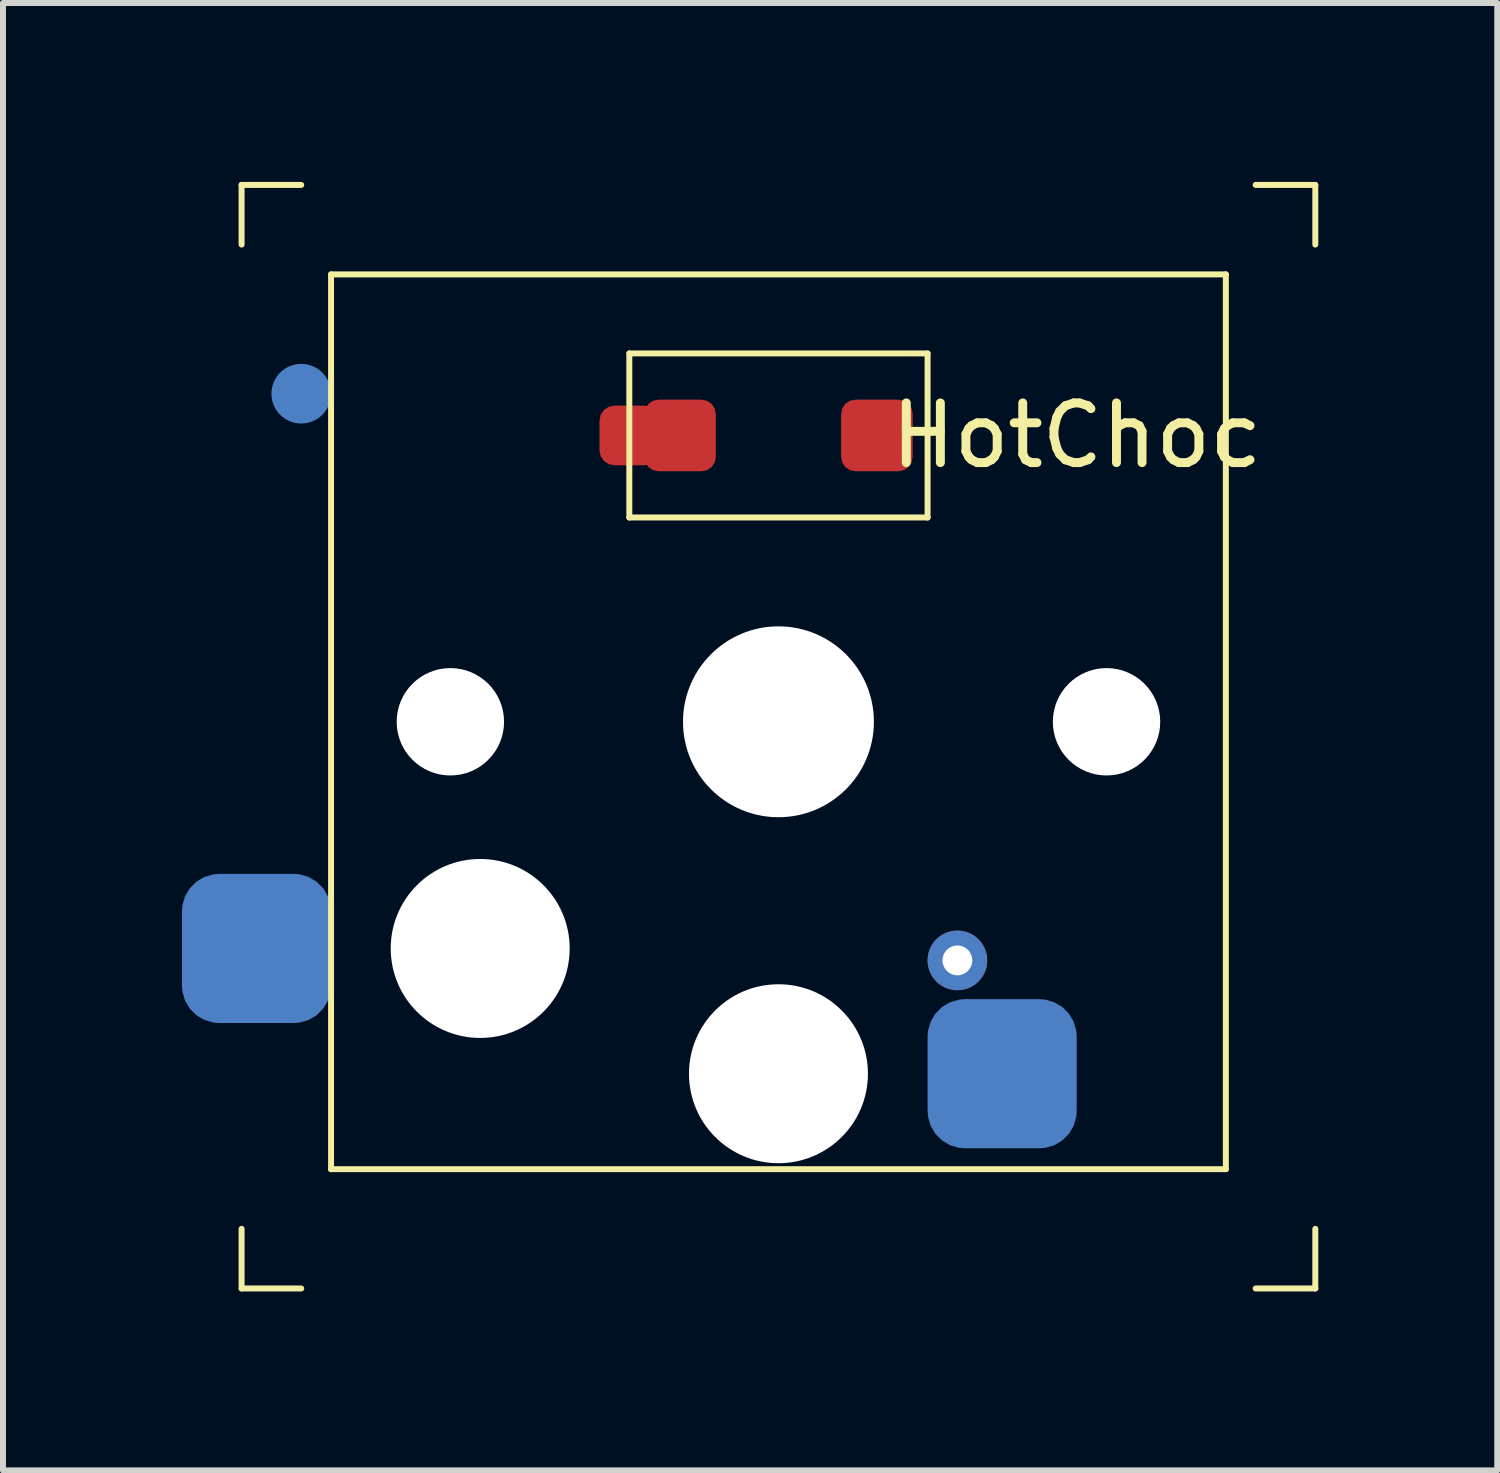
<source format=kicad_pcb>
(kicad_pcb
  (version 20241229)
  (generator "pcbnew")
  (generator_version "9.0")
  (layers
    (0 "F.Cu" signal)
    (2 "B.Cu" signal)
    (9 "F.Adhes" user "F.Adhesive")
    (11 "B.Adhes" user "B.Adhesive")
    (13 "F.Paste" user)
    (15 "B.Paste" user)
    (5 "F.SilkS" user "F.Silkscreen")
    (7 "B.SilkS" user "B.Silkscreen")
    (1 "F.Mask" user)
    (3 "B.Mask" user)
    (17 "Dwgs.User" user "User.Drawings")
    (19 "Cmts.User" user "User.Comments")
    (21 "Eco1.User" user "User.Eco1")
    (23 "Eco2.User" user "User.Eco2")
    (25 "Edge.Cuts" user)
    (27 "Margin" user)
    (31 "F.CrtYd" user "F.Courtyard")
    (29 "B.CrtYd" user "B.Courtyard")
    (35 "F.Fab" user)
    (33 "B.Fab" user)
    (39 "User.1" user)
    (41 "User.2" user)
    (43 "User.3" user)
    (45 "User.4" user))
  (footprint "HotChoc"
    (layer "F.Cu")
    (at 10 9.05)
    (property "Reference" "HotChoc" (at 5 -4.8 0) (layer "F.SilkS") (effects (font (size 1 1) (thickness 0.15))))
    (attr through_hole)
    (fp_line (start -9 8.5) (end -9 9.5) (stroke (width 0.1) (type solid)) (layer "F.SilkS"))
    (fp_line (start -9 9.5) (end -8 9.5) (stroke (width 0.1) (type solid)) (layer "F.SilkS"))
    (fp_line (start -9 -9) (end -9 -8) (stroke (width 0.1) (type solid)) (layer "F.SilkS"))
    (fp_line (start -8 -9) (end -9 -9) (stroke (width 0.1) (type solid)) (layer "F.SilkS"))
    (fp_line (start -7.5 -7.5) (end -7.5 7.5) (stroke (width 0.1) (type solid)) (layer "F.SilkS"))
    (fp_line (start -7.5 7.5) (end 7.5 7.5) (stroke (width 0.1) (type solid)) (layer "F.SilkS"))
    (fp_line (start -2.5 -6.175) (end -2.5 -3.425) (stroke (width 0.1) (type solid)) (layer "F.SilkS"))
    (fp_line (start -2.5 -6.175) (end 2.5 -6.175) (stroke (width 0.1) (type solid)) (layer "F.SilkS"))
    (fp_line (start -2.5 -3.425) (end 2.5 -3.425) (stroke (width 0.1) (type solid)) (layer "F.SilkS"))
    (fp_line (start 2.5 -6.175) (end 2.5 -3.425) (stroke (width 0.1) (type solid)) (layer "F.SilkS"))
    (fp_line (start 7.5 -7.5) (end -7.5 -7.5) (stroke (width 0.1) (type solid)) (layer "F.SilkS"))
    (fp_line (start 7.5 7.5) (end 7.5 -7.5) (stroke (width 0.1) (type solid)) (layer "F.SilkS"))
    (fp_line (start 8 9.5) (end 9 9.5) (stroke (width 0.1) (type solid)) (layer "F.SilkS"))
    (fp_line (start 9 9.5) (end 9 8.5) (stroke (width 0.1) (type solid)) (layer "F.SilkS"))
    (fp_line (start 9 -9) (end 8 -9) (stroke (width 0.1) (type solid)) (layer "F.SilkS"))
    (fp_line (start 9 -8) (end 9 -9) (stroke (width 0.1) (type solid)) (layer "F.SilkS"))
    (pad "" np_thru_hole circle (at -5.5 0) (size 1.8 1.8) (drill 1.8) (layers "*.Cu" "*.Mask"))
    (pad "" np_thru_hole circle (at -5 3.8) (size 3 3) (drill 3) (layers "*.Cu" "*.Mask"))
    (pad "" np_thru_hole circle (at 0 0) (size 3.2 3.2) (drill 3.2) (layers "*.Cu" "*.Mask"))
    (pad "" np_thru_hole circle (at 0 5.9) (size 3 3) (drill 3) (layers "*.Cu" "*.Mask"))
    (pad "" np_thru_hole circle (at 5.5 0) (size 1.8 1.8) (drill 1.8) (layers "*.Cu" "*.Mask"))
    (pad "1" smd roundrect (at -8.75 3.8) (size 2.5 2.5) (layers "B.Cu" "B.Mask" "B.Paste") (roundrect_rratio 0.25))
    (pad "1" smd circle (at -8 -5.5) (size 1 1) (layers "B.Cu" "B.Paste"))
    (pad "2" smd roundrect (at -2.5 -4.8) (size 1 1) (layers "F.Cu" "F.Paste") (roundrect_rratio 0.25))
    (pad "2" smd roundrect (at -1.65 -4.8) (size 1.2 1.2) (layers "F.Cu" "F.Mask" "F.Paste") (roundrect_rratio 0.2))
    (pad "D" smd roundrect (at 1.65 -4.8) (size 1.2 1.2) (layers "F.Cu" "F.Mask" "F.Paste") (roundrect_rratio 0.2))
    (pad "D" thru_hole circle (at 3 4) (size 1 1) (drill 0.5) (layers "*.Cu"))
    (pad "D" smd roundrect (at 3.75 5.9) (size 2.5 2.5) (layers "B.Cu" "B.Mask" "B.Paste") (roundrect_rratio 0.25)))
  (gr_rect
    (start -3 -3)
    (end 22.05 21.6)
    (stroke (width 0.1) (type default))
    (fill no)
    (layer "Edge.Cuts")))
</source>
